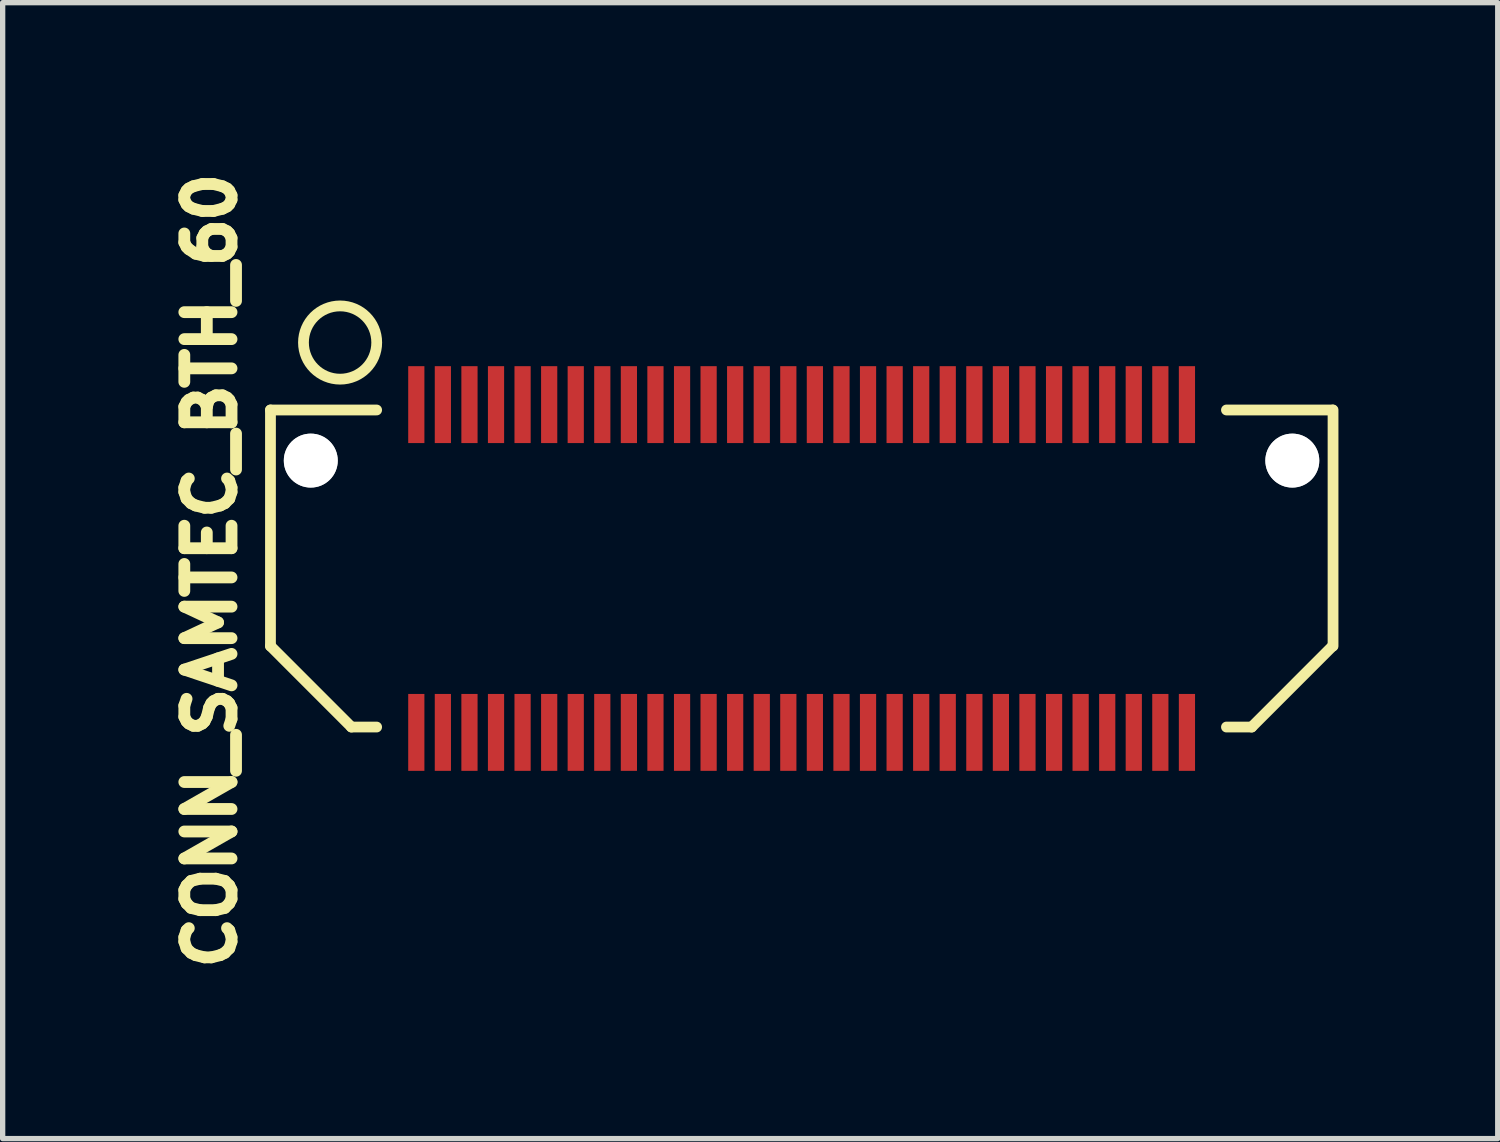
<source format=kicad_pcb>
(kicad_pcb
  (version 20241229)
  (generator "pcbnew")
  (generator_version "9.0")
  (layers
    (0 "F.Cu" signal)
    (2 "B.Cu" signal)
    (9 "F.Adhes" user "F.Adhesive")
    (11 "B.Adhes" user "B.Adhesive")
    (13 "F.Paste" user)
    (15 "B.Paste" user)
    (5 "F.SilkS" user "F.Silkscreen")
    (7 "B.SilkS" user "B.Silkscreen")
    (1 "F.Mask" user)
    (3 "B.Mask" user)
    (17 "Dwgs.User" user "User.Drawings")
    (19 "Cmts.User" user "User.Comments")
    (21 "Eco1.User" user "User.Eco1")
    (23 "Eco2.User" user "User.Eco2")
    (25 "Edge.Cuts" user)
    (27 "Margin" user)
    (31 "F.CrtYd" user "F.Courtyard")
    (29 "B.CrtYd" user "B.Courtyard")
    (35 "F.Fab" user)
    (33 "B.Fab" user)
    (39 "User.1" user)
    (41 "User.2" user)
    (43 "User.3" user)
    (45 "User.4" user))
  (footprint "CONN_SAMTEC_BTH_60"
    (layer "F.Cu")
    (at 12.043 7.655)
    (property "Reference" "CONN_SAMTEC_BTH_60" (at -11.133 0.041 90) (layer "F.SilkS") (effects (font (size 0.889 0.889) (thickness 0.305))))
    (attr smd)
    (fp_line (start -10 -2.985) (end -10 1.46) (stroke (width 0.203) (type solid)) (layer "F.SilkS"))
    (fp_line (start -10 1.46) (end -8.476 2.985) (stroke (width 0.203) (type solid)) (layer "F.SilkS"))
    (fp_line (start -8.001 -2.985) (end -10 -2.985) (stroke (width 0.203) (type solid)) (layer "F.SilkS"))
    (fp_line (start -8.001 2.985) (end -8.476 2.985) (stroke (width 0.203) (type solid)) (layer "F.SilkS"))
    (fp_line (start 8.001 -2.985) (end 10 -2.985) (stroke (width 0.203) (type solid)) (layer "F.SilkS"))
    (fp_line (start 8.001 2.985) (end 8.476 2.985) (stroke (width 0.203) (type solid)) (layer "F.SilkS"))
    (fp_line (start 10 1.46) (end 8.476 2.985) (stroke (width 0.203) (type solid)) (layer "F.SilkS"))
    (fp_line (start 10.008 -2.985) (end 10.008 1.46) (stroke (width 0.203) (type solid)) (layer "F.SilkS"))
    (fp_circle (center -8.689 -4.255) (end -9.101 -4.808) (stroke (width 0.203) (type solid)) (fill no) (layer "F.SilkS"))
    (pad "" np_thru_hole circle (at -9.241 -2.032) (size 1.016 1.016) (drill 1.016) (layers "*.Cu" "*.Mask" "Dwgs.User"))
    (pad "" np_thru_hole circle (at 9.241 -2.032) (size 1.016 1.016) (drill 1.016) (layers "*.Cu" "*.Mask" "Dwgs.User"))
    (pad "1" smd rect (at -7.254 -3.086 180) (size 0.305 1.448) (layers "F.Cu" "F.Mask" "F.Paste"))
    (pad "2" smd rect (at -7.254 3.086) (size 0.305 1.448) (layers "F.Cu" "F.Mask" "F.Paste"))
    (pad "3" smd rect (at -6.754 -3.086 180) (size 0.305 1.448) (layers "F.Cu" "F.Mask" "F.Paste"))
    (pad "4" smd rect (at -6.754 3.086) (size 0.305 1.448) (layers "F.Cu" "F.Mask" "F.Paste"))
    (pad "5" smd rect (at -6.253 -3.086 180) (size 0.305 1.448) (layers "F.Cu" "F.Mask" "F.Paste"))
    (pad "6" smd rect (at -6.253 3.086) (size 0.305 1.448) (layers "F.Cu" "F.Mask" "F.Paste"))
    (pad "7" smd rect (at -5.753 -3.086 180) (size 0.305 1.448) (layers "F.Cu" "F.Mask" "F.Paste"))
    (pad "8" smd rect (at -5.753 3.086) (size 0.305 1.448) (layers "F.Cu" "F.Mask" "F.Paste"))
    (pad "9" smd rect (at -5.253 -3.086 180) (size 0.305 1.448) (layers "F.Cu" "F.Mask" "F.Paste"))
    (pad "10" smd rect (at -5.253 3.086) (size 0.305 1.448) (layers "F.Cu" "F.Mask" "F.Paste"))
    (pad "11" smd rect (at -4.752 -3.086 180) (size 0.305 1.448) (layers "F.Cu" "F.Mask" "F.Paste"))
    (pad "12" smd rect (at -4.752 3.086) (size 0.305 1.448) (layers "F.Cu" "F.Mask" "F.Paste"))
    (pad "13" smd rect (at -4.252 -3.086 180) (size 0.305 1.448) (layers "F.Cu" "F.Mask" "F.Paste"))
    (pad "14" smd rect (at -4.252 3.086) (size 0.305 1.448) (layers "F.Cu" "F.Mask" "F.Paste"))
    (pad "15" smd rect (at -3.752 -3.086 180) (size 0.305 1.448) (layers "F.Cu" "F.Mask" "F.Paste"))
    (pad "16" smd rect (at -3.752 3.086) (size 0.305 1.448) (layers "F.Cu" "F.Mask" "F.Paste"))
    (pad "17" smd rect (at -3.251 -3.086 180) (size 0.305 1.448) (layers "F.Cu" "F.Mask" "F.Paste"))
    (pad "18" smd rect (at -3.251 3.086) (size 0.305 1.448) (layers "F.Cu" "F.Mask" "F.Paste"))
    (pad "19" smd rect (at -2.751 -3.086 180) (size 0.305 1.448) (layers "F.Cu" "F.Mask" "F.Paste"))
    (pad "20" smd rect (at -2.751 3.086) (size 0.305 1.448) (layers "F.Cu" "F.Mask" "F.Paste"))
    (pad "21" smd rect (at -2.25 -3.086 180) (size 0.305 1.448) (layers "F.Cu" "F.Mask" "F.Paste"))
    (pad "22" smd rect (at -2.25 3.086) (size 0.305 1.448) (layers "F.Cu" "F.Mask" "F.Paste"))
    (pad "23" smd rect (at -1.75 -3.086 180) (size 0.305 1.448) (layers "F.Cu" "F.Mask" "F.Paste"))
    (pad "24" smd rect (at -1.75 3.086) (size 0.305 1.448) (layers "F.Cu" "F.Mask" "F.Paste"))
    (pad "25" smd rect (at -1.25 -3.086 180) (size 0.305 1.448) (layers "F.Cu" "F.Mask" "F.Paste"))
    (pad "26" smd rect (at -1.25 3.086) (size 0.305 1.448) (layers "F.Cu" "F.Mask" "F.Paste"))
    (pad "27" smd rect (at -0.749 -3.086 180) (size 0.305 1.448) (layers "F.Cu" "F.Mask" "F.Paste"))
    (pad "28" smd rect (at -0.749 3.086) (size 0.305 1.448) (layers "F.Cu" "F.Mask" "F.Paste"))
    (pad "29" smd rect (at -0.249 -3.086 180) (size 0.305 1.448) (layers "F.Cu" "F.Mask" "F.Paste"))
    (pad "30" smd rect (at -0.249 3.086) (size 0.305 1.448) (layers "F.Cu" "F.Mask" "F.Paste"))
    (pad "31" smd rect (at 0.251 -3.086 180) (size 0.305 1.448) (layers "F.Cu" "F.Mask" "F.Paste"))
    (pad "32" smd rect (at 0.251 3.086) (size 0.305 1.448) (layers "F.Cu" "F.Mask" "F.Paste"))
    (pad "33" smd rect (at 0.752 -3.086 180) (size 0.305 1.448) (layers "F.Cu" "F.Mask" "F.Paste"))
    (pad "34" smd rect (at 0.752 3.086) (size 0.305 1.448) (layers "F.Cu" "F.Mask" "F.Paste"))
    (pad "35" smd rect (at 1.252 -3.086 180) (size 0.305 1.448) (layers "F.Cu" "F.Mask" "F.Paste"))
    (pad "36" smd rect (at 1.252 3.086) (size 0.305 1.448) (layers "F.Cu" "F.Mask" "F.Paste"))
    (pad "37" smd rect (at 1.753 -3.086 180) (size 0.305 1.448) (layers "F.Cu" "F.Mask" "F.Paste"))
    (pad "38" smd rect (at 1.753 3.086) (size 0.305 1.448) (layers "F.Cu" "F.Mask" "F.Paste"))
    (pad "39" smd rect (at 2.253 -3.086 180) (size 0.305 1.448) (layers "F.Cu" "F.Mask" "F.Paste"))
    (pad "40" smd rect (at 2.253 3.086) (size 0.305 1.448) (layers "F.Cu" "F.Mask" "F.Paste"))
    (pad "41" smd rect (at 2.753 -3.086 180) (size 0.305 1.448) (layers "F.Cu" "F.Mask" "F.Paste"))
    (pad "42" smd rect (at 2.753 3.086) (size 0.305 1.448) (layers "F.Cu" "F.Mask" "F.Paste"))
    (pad "43" smd rect (at 3.254 -3.086 180) (size 0.305 1.448) (layers "F.Cu" "F.Mask" "F.Paste"))
    (pad "44" smd rect (at 3.254 3.086) (size 0.305 1.448) (layers "F.Cu" "F.Mask" "F.Paste"))
    (pad "45" smd rect (at 3.754 -3.086 180) (size 0.305 1.448) (layers "F.Cu" "F.Mask" "F.Paste"))
    (pad "46" smd rect (at 3.754 3.086) (size 0.305 1.448) (layers "F.Cu" "F.Mask" "F.Paste"))
    (pad "47" smd rect (at 4.254 -3.086 180) (size 0.305 1.448) (layers "F.Cu" "F.Mask" "F.Paste"))
    (pad "48" smd rect (at 4.254 3.086) (size 0.305 1.448) (layers "F.Cu" "F.Mask" "F.Paste"))
    (pad "49" smd rect (at 4.755 -3.086 180) (size 0.305 1.448) (layers "F.Cu" "F.Mask" "F.Paste"))
    (pad "50" smd rect (at 4.755 3.086) (size 0.305 1.448) (layers "F.Cu" "F.Mask" "F.Paste"))
    (pad "51" smd rect (at 5.255 -3.086 180) (size 0.305 1.448) (layers "F.Cu" "F.Mask" "F.Paste"))
    (pad "52" smd rect (at 5.255 3.086) (size 0.305 1.448) (layers "F.Cu" "F.Mask" "F.Paste"))
    (pad "53" smd rect (at 5.756 -3.086 180) (size 0.305 1.448) (layers "F.Cu" "F.Mask" "F.Paste"))
    (pad "54" smd rect (at 5.756 3.086) (size 0.305 1.448) (layers "F.Cu" "F.Mask" "F.Paste"))
    (pad "55" smd rect (at 6.256 -3.086 180) (size 0.305 1.448) (layers "F.Cu" "F.Mask" "F.Paste"))
    (pad "56" smd rect (at 6.256 3.086) (size 0.305 1.448) (layers "F.Cu" "F.Mask" "F.Paste"))
    (pad "57" smd rect (at 6.756 -3.086 180) (size 0.305 1.448) (layers "F.Cu" "F.Mask" "F.Paste"))
    (pad "58" smd rect (at 6.756 3.086) (size 0.305 1.448) (layers "F.Cu" "F.Mask" "F.Paste"))
    (pad "59" smd rect (at 7.257 -3.086 180) (size 0.305 1.448) (layers "F.Cu" "F.Mask" "F.Paste"))
    (pad "60" smd rect (at 7.257 3.086) (size 0.305 1.448) (layers "F.Cu" "F.Mask" "F.Paste")))
  (gr_rect
    (start -3 -3)
    (end 25.152 18.39)
    (stroke (width 0.1) (type default))
    (fill no)
    (layer "Edge.Cuts")))
</source>
